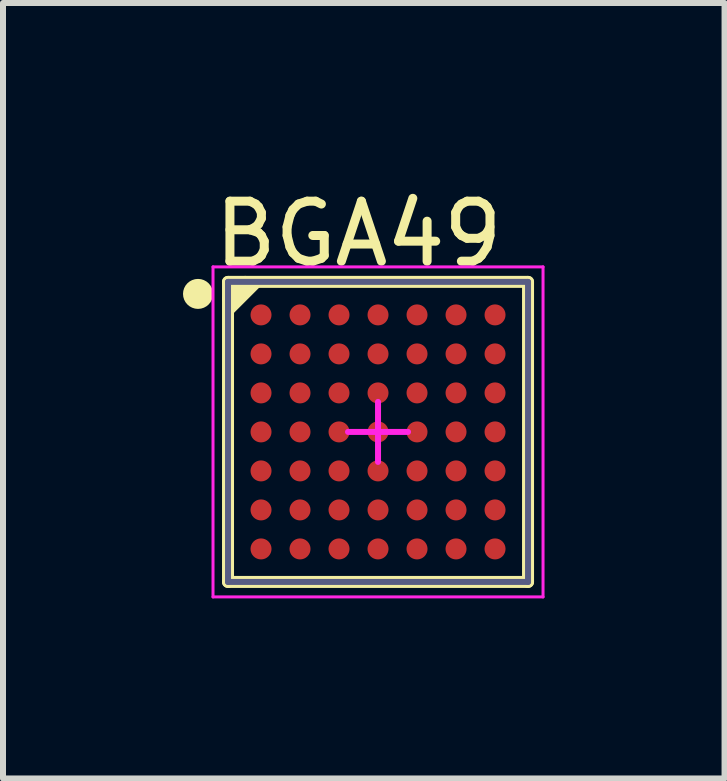
<source format=kicad_pcb>
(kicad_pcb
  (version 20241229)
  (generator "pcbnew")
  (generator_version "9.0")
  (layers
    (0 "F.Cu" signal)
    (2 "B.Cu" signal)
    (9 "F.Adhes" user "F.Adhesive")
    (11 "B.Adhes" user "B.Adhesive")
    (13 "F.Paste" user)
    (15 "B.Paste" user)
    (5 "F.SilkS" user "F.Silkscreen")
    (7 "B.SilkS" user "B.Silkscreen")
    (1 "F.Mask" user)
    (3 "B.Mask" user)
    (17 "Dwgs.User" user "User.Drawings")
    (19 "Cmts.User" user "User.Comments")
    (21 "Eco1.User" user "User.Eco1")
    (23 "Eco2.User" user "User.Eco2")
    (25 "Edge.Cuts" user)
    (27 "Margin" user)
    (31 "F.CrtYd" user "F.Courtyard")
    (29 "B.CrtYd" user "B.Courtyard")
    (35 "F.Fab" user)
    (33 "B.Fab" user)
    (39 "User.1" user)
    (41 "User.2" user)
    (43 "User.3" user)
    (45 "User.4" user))
  (footprint "BGA49"
    (layer "F.Cu")
    (at 3.25 4.148)
    (property "Reference" "BGA49" (at -0.325 -3.3 0) (layer "F.SilkS") (effects (font (size 1 1) (thickness 0.15))))
    (fp_line (start -2.5 -2.5) (end 2.5 -2.5) (stroke (width 0.2) (type solid)) (layer "F.SilkS"))
    (fp_line (start -2.5 -2.213) (end -2.213 -2.5) (stroke (width 0.2) (type solid)) (layer "F.SilkS"))
    (fp_line (start -2.5 2.5) (end -2.5 -2.5) (stroke (width 0.2) (type solid)) (layer "F.SilkS"))
    (fp_line (start -2.5 2.5) (end 2.5 2.5) (stroke (width 0.2) (type solid)) (layer "F.SilkS"))
    (fp_line (start 2.5 2.5) (end 2.5 -2.5) (stroke (width 0.2) (type solid)) (layer "F.SilkS"))
    (fp_circle (center -3 -2.3) (end -3 -2.425) (stroke (width 0.25) (type solid)) (fill no) (layer "F.SilkS"))
    (fp_poly (pts (xy -2.5 -2.5) (xy -1.885 -2.5) (xy -2.5 -1.885)) (stroke (width 0) (type default)) (fill yes) (layer "F.SilkS"))
    (fp_poly (pts (xy -2.213 -2.5) (xy -2.5 -2.213) (xy -2.5 -2.5)) (stroke (width 0) (type default)) (fill yes) (layer "F.SilkS"))
    (fp_line (start -2.75 -2.75) (end 2.75 -2.75) (stroke (width 0.05) (type solid)) (layer "F.CrtYd"))
    (fp_line (start -2.75 2.75) (end -2.75 -2.75) (stroke (width 0.05) (type solid)) (layer "F.CrtYd"))
    (fp_line (start -2.75 2.75) (end 2.75 2.75) (stroke (width 0.05) (type solid)) (layer "F.CrtYd"))
    (fp_line (start -0.5 0) (end 0.5 0) (stroke (width 0.1) (type solid)) (layer "F.CrtYd"))
    (fp_line (start 0 0.5) (end 0 -0.5) (stroke (width 0.1) (type solid)) (layer "F.CrtYd"))
    (fp_line (start 2.75 2.75) (end 2.75 -2.75) (stroke (width 0.05) (type solid)) (layer "F.CrtYd"))
    (fp_line (start -2.5 -2.5) (end 2.5 -2.5) (stroke (width 0.1) (type solid)) (layer "B.Fab"))
    (fp_line (start -2.5 2.5) (end -2.5 -2.5) (stroke (width 0.1) (type solid)) (layer "B.Fab"))
    (fp_line (start -2.5 2.5) (end 2.5 2.5) (stroke (width 0.1) (type solid)) (layer "B.Fab"))
    (fp_line (start 2.5 2.5) (end 2.5 -2.5) (stroke (width 0.1) (type solid)) (layer "B.Fab"))
    (pad "A1" smd circle (at -1.95 -1.95) (size 0.35 0.35) (layers "F.Cu" "F.Mask" "F.Paste"))
    (pad "A2" smd circle (at -1.3 -1.95) (size 0.35 0.35) (layers "F.Cu" "F.Mask" "F.Paste"))
    (pad "A3" smd circle (at -0.65 -1.95) (size 0.35 0.35) (layers "F.Cu" "F.Mask" "F.Paste"))
    (pad "A4" smd circle (at 0 -1.95) (size 0.35 0.35) (layers "F.Cu" "F.Mask" "F.Paste"))
    (pad "A5" smd circle (at 0.65 -1.95) (size 0.35 0.35) (layers "F.Cu" "F.Mask" "F.Paste"))
    (pad "A6" smd circle (at 1.3 -1.95) (size 0.35 0.35) (layers "F.Cu" "F.Mask" "F.Paste"))
    (pad "A7" smd circle (at 1.95 -1.95) (size 0.35 0.35) (layers "F.Cu" "F.Mask" "F.Paste"))
    (pad "B1" smd circle (at -1.95 -1.3) (size 0.35 0.35) (layers "F.Cu" "F.Mask" "F.Paste"))
    (pad "B2" smd circle (at -1.3 -1.3) (size 0.35 0.35) (layers "F.Cu" "F.Mask" "F.Paste"))
    (pad "B3" smd circle (at -0.65 -1.3) (size 0.35 0.35) (layers "F.Cu" "F.Mask" "F.Paste"))
    (pad "B4" smd circle (at 0 -1.3) (size 0.35 0.35) (layers "F.Cu" "F.Mask" "F.Paste"))
    (pad "B5" smd circle (at 0.65 -1.3) (size 0.35 0.35) (layers "F.Cu" "F.Mask" "F.Paste"))
    (pad "B6" smd circle (at 1.3 -1.3) (size 0.35 0.35) (layers "F.Cu" "F.Mask" "F.Paste"))
    (pad "B7" smd circle (at 1.95 -1.3) (size 0.35 0.35) (layers "F.Cu" "F.Mask" "F.Paste"))
    (pad "C1" smd circle (at -1.95 -0.65) (size 0.35 0.35) (layers "F.Cu" "F.Mask" "F.Paste"))
    (pad "C2" smd circle (at -1.3 -0.65) (size 0.35 0.35) (layers "F.Cu" "F.Mask" "F.Paste"))
    (pad "C3" smd circle (at -0.65 -0.65) (size 0.35 0.35) (layers "F.Cu" "F.Mask" "F.Paste"))
    (pad "C4" smd circle (at 0 -0.65) (size 0.35 0.35) (layers "F.Cu" "F.Mask" "F.Paste"))
    (pad "C5" smd circle (at 0.65 -0.65) (size 0.35 0.35) (layers "F.Cu" "F.Mask" "F.Paste"))
    (pad "C6" smd circle (at 1.3 -0.65) (size 0.35 0.35) (layers "F.Cu" "F.Mask" "F.Paste"))
    (pad "C7" smd circle (at 1.95 -0.65) (size 0.35 0.35) (layers "F.Cu" "F.Mask" "F.Paste"))
    (pad "D1" smd circle (at -1.95 0) (size 0.35 0.35) (layers "F.Cu" "F.Mask" "F.Paste"))
    (pad "D2" smd circle (at -1.3 0) (size 0.35 0.35) (layers "F.Cu" "F.Mask" "F.Paste"))
    (pad "D3" smd circle (at -0.65 0) (size 0.35 0.35) (layers "F.Cu" "F.Mask" "F.Paste"))
    (pad "D4" smd circle (at 0 0) (size 0.35 0.35) (layers "F.Cu" "F.Mask" "F.Paste"))
    (pad "D5" smd circle (at 0.65 0) (size 0.35 0.35) (layers "F.Cu" "F.Mask" "F.Paste"))
    (pad "D6" smd circle (at 1.3 0) (size 0.35 0.35) (layers "F.Cu" "F.Mask" "F.Paste"))
    (pad "D7" smd circle (at 1.95 0) (size 0.35 0.35) (layers "F.Cu" "F.Mask" "F.Paste"))
    (pad "E1" smd circle (at -1.95 0.65) (size 0.35 0.35) (layers "F.Cu" "F.Mask" "F.Paste"))
    (pad "E2" smd circle (at -1.3 0.65) (size 0.35 0.35) (layers "F.Cu" "F.Mask" "F.Paste"))
    (pad "E3" smd circle (at -0.65 0.65) (size 0.35 0.35) (layers "F.Cu" "F.Mask" "F.Paste"))
    (pad "E4" smd circle (at 0 0.65) (size 0.35 0.35) (layers "F.Cu" "F.Mask" "F.Paste"))
    (pad "E5" smd circle (at 0.65 0.65) (size 0.35 0.35) (layers "F.Cu" "F.Mask" "F.Paste"))
    (pad "E6" smd circle (at 1.3 0.65) (size 0.35 0.35) (layers "F.Cu" "F.Mask" "F.Paste"))
    (pad "E7" smd circle (at 1.95 0.65) (size 0.35 0.35) (layers "F.Cu" "F.Mask" "F.Paste"))
    (pad "F1" smd circle (at -1.95 1.3) (size 0.35 0.35) (layers "F.Cu" "F.Mask" "F.Paste"))
    (pad "F2" smd circle (at -1.3 1.3) (size 0.35 0.35) (layers "F.Cu" "F.Mask" "F.Paste"))
    (pad "F3" smd circle (at -0.65 1.3) (size 0.35 0.35) (layers "F.Cu" "F.Mask" "F.Paste"))
    (pad "F4" smd circle (at 0 1.3) (size 0.35 0.35) (layers "F.Cu" "F.Mask" "F.Paste"))
    (pad "F5" smd circle (at 0.65 1.3) (size 0.35 0.35) (layers "F.Cu" "F.Mask" "F.Paste"))
    (pad "F6" smd circle (at 1.3 1.3) (size 0.35 0.35) (layers "F.Cu" "F.Mask" "F.Paste"))
    (pad "F7" smd circle (at 1.95 1.3) (size 0.35 0.35) (layers "F.Cu" "F.Mask" "F.Paste"))
    (pad "G1" smd circle (at -1.95 1.95) (size 0.35 0.35) (layers "F.Cu" "F.Mask" "F.Paste"))
    (pad "G2" smd circle (at -1.3 1.95) (size 0.35 0.35) (layers "F.Cu" "F.Mask" "F.Paste"))
    (pad "G3" smd circle (at -0.65 1.95) (size 0.35 0.35) (layers "F.Cu" "F.Mask" "F.Paste"))
    (pad "G4" smd circle (at 0 1.95) (size 0.35 0.35) (layers "F.Cu" "F.Mask" "F.Paste"))
    (pad "G5" smd circle (at 0.65 1.95) (size 0.35 0.35) (layers "F.Cu" "F.Mask" "F.Paste"))
    (pad "G6" smd circle (at 1.3 1.95) (size 0.35 0.35) (layers "F.Cu" "F.Mask" "F.Paste"))
    (pad "G7" smd circle (at 1.95 1.95) (size 0.35 0.35) (layers "F.Cu" "F.Mask" "F.Paste")))
  (gr_rect
    (start -3 -3)
    (end 9.025 9.923)
    (stroke (width 0.1) (type default))
    (fill no)
    (layer "Edge.Cuts")))
</source>
